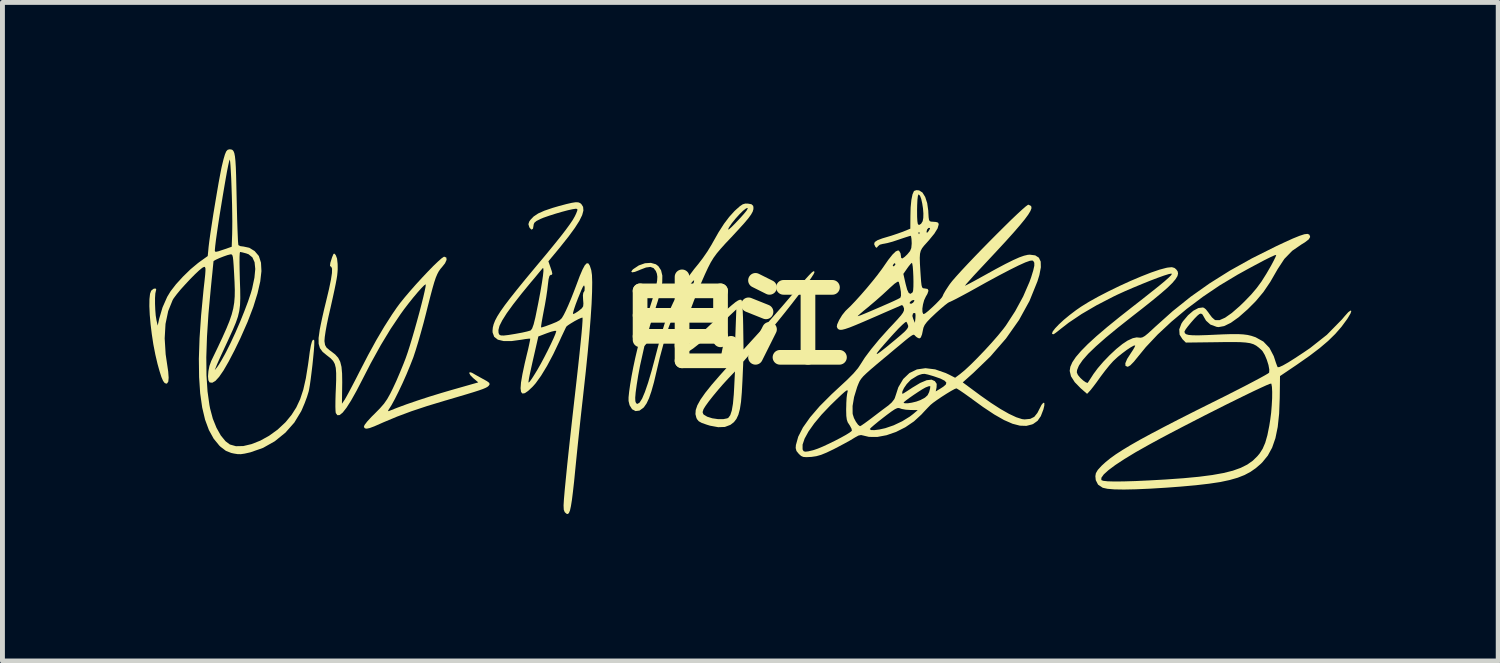
<source format=kicad_pcb>
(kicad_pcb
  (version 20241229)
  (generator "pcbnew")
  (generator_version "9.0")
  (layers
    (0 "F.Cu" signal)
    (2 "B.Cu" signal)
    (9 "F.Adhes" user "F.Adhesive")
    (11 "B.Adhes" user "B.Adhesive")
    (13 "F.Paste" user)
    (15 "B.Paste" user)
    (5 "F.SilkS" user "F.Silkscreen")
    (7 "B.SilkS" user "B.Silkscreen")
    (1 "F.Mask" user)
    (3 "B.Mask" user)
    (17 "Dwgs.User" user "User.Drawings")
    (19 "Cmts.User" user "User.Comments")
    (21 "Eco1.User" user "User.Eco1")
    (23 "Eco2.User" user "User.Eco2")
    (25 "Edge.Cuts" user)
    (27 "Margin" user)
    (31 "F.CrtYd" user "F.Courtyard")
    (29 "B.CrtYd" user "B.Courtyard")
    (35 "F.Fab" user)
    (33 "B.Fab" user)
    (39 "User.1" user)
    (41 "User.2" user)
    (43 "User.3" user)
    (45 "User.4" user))
  (footprint "电江"
    (layer "F.Cu")
    (at 12.093 3.64)
    (property "Reference" "电江" (at 0 0 0) (layer "F.SilkS") (effects (font (size 1.5 1.5) (thickness 0.3))))
    (attr board_only exclude_from_pos_files exclude_from_bom)
    (fp_poly (pts (xy -8.285 -1.477) (xy -8.26 -1.41) (xy -8.248 -1.3) (xy -8.247 -1.243) (xy -8.247 -1.185) (xy -8.251 -1.129) (xy -8.257 -1.066) (xy -8.269 -0.991) (xy -8.287 -0.895) (xy -8.312 -0.773) (xy -8.346 -0.616) (xy -8.39 -0.419) (xy -8.438 -0.21) (xy -8.469 -0.061) (xy -8.494 0.077) (xy -8.511 0.193) (xy -8.517 0.272) (xy -8.516 0.285) (xy -8.505 0.355) (xy -8.476 0.407) (xy -8.415 0.46) (xy -8.384 0.482) (xy -8.299 0.548) (xy -8.237 0.616) (xy -8.195 0.698) (xy -8.169 0.802) (xy -8.157 0.938) (xy -8.154 1.117) (xy -8.155 1.171) (xy -8.16 1.555) (xy -8.105 1.474) (xy -8.076 1.424) (xy -8.027 1.335) (xy -7.963 1.214) (xy -7.888 1.071) (xy -7.809 0.916) (xy -7.803 0.904) (xy -7.625 0.56) (xy -7.459 0.257) (xy -7.298 -0.016) (xy -7.137 -0.268) (xy -7.041 -0.408) (xy -6.969 -0.505) (xy -6.875 -0.621) (xy -6.765 -0.75) (xy -6.647 -0.884) (xy -6.524 -1.018) (xy -6.405 -1.144) (xy -6.295 -1.257) (xy -6.199 -1.349) (xy -6.126 -1.414) (xy -6.079 -1.446) (xy -6.071 -1.448) (xy -6.028 -1.43) (xy -6.023 -1.383) (xy -6.055 -1.313) (xy -6.107 -1.247) (xy -6.147 -1.2) (xy -6.181 -1.152) (xy -6.212 -1.094) (xy -6.243 -1.021) (xy -6.275 -0.926) (xy -6.311 -0.801) (xy -6.354 -0.64) (xy -6.406 -0.437) (xy -6.441 -0.297) (xy -6.492 -0.099) (xy -6.548 0.103) (xy -6.603 0.296) (xy -6.655 0.465) (xy -6.698 0.596) (xy -6.704 0.613) (xy -6.768 0.776) (xy -6.842 0.955) (xy -6.923 1.137) (xy -7.005 1.31) (xy -7.081 1.462) (xy -7.146 1.581) (xy -7.174 1.626) (xy -7.212 1.684) (xy -7.219 1.707) (xy -7.197 1.703) (xy -7.183 1.697) (xy -7.032 1.637) (xy -6.84 1.566) (xy -6.619 1.49) (xy -6.38 1.412) (xy -6.135 1.337) (xy -5.924 1.275) (xy -5.376 1.119) (xy -5.48 1.031) (xy -5.537 0.973) (xy -5.56 0.93) (xy -5.55 0.91) (xy -5.506 0.922) (xy -5.481 0.936) (xy -5.421 0.971) (xy -5.338 1.017) (xy -5.296 1.04) (xy -5.204 1.091) (xy -5.155 1.126) (xy -5.143 1.155) (xy -5.16 1.184) (xy -5.169 1.194) (xy -5.191 1.212) (xy -5.227 1.231) (xy -5.281 1.254) (xy -5.36 1.282) (xy -5.469 1.317) (xy -5.613 1.361) (xy -5.799 1.416) (xy -6.032 1.485) (xy -6.054 1.491) (xy -6.418 1.601) (xy -6.74 1.708) (xy -7.032 1.817) (xy -7.305 1.931) (xy -7.364 1.957) (xy -7.498 2.016) (xy -7.592 2.051) (xy -7.653 2.064) (xy -7.69 2.058) (xy -7.71 2.033) (xy -7.712 2.028) (xy -7.699 1.99) (xy -7.646 1.92) (xy -7.556 1.822) (xy -7.493 1.76) (xy -7.383 1.648) (xy -7.301 1.554) (xy -7.235 1.459) (xy -7.172 1.346) (xy -7.12 1.241) (xy -7.05 1.091) (xy -6.974 0.913) (xy -6.901 0.735) (xy -6.857 0.621) (xy -6.819 0.512) (xy -6.775 0.375) (xy -6.727 0.216) (xy -6.677 0.045) (xy -6.627 -0.133) (xy -6.579 -0.308) (xy -6.536 -0.474) (xy -6.499 -0.621) (xy -6.471 -0.743) (xy -6.453 -0.831) (xy -6.448 -0.877) (xy -6.451 -0.883) (xy -6.482 -0.862) (xy -6.539 -0.804) (xy -6.616 -0.718) (xy -6.705 -0.612) (xy -6.8 -0.493) (xy -6.895 -0.369) (xy -6.964 -0.273) (xy -7.166 0.027) (xy -7.366 0.357) (xy -7.571 0.727) (xy -7.733 1.042) (xy -7.862 1.291) (xy -7.973 1.489) (xy -8.067 1.637) (xy -8.144 1.735) (xy -8.206 1.786) (xy -8.253 1.789) (xy -8.286 1.745) (xy -8.286 1.744) (xy -8.291 1.701) (xy -8.294 1.614) (xy -8.293 1.492) (xy -8.289 1.348) (xy -8.285 1.263) (xy -8.278 1.073) (xy -8.278 0.93) (xy -8.286 0.823) (xy -8.306 0.743) (xy -8.34 0.681) (xy -8.391 0.627) (xy -8.46 0.573) (xy -8.468 0.567) (xy -8.555 0.495) (xy -8.61 0.42) (xy -8.636 0.33) (xy -8.637 0.212) (xy -8.615 0.056) (xy -8.615 0.052) (xy -8.592 -0.065) (xy -8.56 -0.215) (xy -8.522 -0.381) (xy -8.482 -0.544) (xy -8.48 -0.553) (xy -8.424 -0.788) (xy -8.385 -0.976) (xy -8.364 -1.114) (xy -8.362 -1.202) (xy -8.377 -1.24) (xy -8.383 -1.241) (xy -8.404 -1.261) (xy -8.397 -1.322) (xy -8.364 -1.428) (xy -8.354 -1.454) (xy -8.332 -1.505) (xy -8.312 -1.51)) (stroke (width 0) (type solid)) (fill yes) (layer "F.SilkS"))
    (fp_poly (pts (xy -3.334 -2.558) (xy -3.296 -2.543) (xy -3.27 -2.521) (xy -3.235 -2.465) (xy -3.229 -2.391) (xy -3.254 -2.297) (xy -3.312 -2.179) (xy -3.404 -2.035) (xy -3.532 -1.86) (xy -3.698 -1.651) (xy -3.756 -1.58) (xy -3.944 -1.354) (xy -3.903 -1.235) (xy -3.874 -1.148) (xy -3.864 -1.1) (xy -3.873 -1.079) (xy -3.898 -1.076) (xy -3.922 -1.055) (xy -3.94 -0.989) (xy -3.954 -0.876) (xy -3.967 -0.765) (xy -3.988 -0.621) (xy -4.015 -0.464) (xy -4.038 -0.345) (xy -4.062 -0.217) (xy -4.081 -0.11) (xy -4.092 -0.036) (xy -4.094 -0.004) (xy -4.093 -0.003) (xy -4.065 -0.008) (xy -3.999 -0.029) (xy -3.907 -0.063) (xy -3.883 -0.072) (xy -3.781 -0.114) (xy -3.716 -0.149) (xy -3.67 -0.193) (xy -3.63 -0.26) (xy -3.622 -0.276) (xy -3.441 -0.276) (xy -3.44 -0.276) (xy -3.402 -0.291) (xy -3.341 -0.33) (xy -3.316 -0.349) (xy -3.26 -0.395) (xy -3.234 -0.435) (xy -3.229 -0.492) (xy -3.235 -0.568) (xy -3.239 -0.658) (xy -3.231 -0.713) (xy -3.222 -0.723) (xy -3.206 -0.754) (xy -3.203 -0.816) (xy -3.204 -0.823) (xy -3.21 -0.855) (xy -3.221 -0.859) (xy -3.241 -0.829) (xy -3.273 -0.761) (xy -3.319 -0.648) (xy -3.341 -0.595) (xy -3.387 -0.474) (xy -3.421 -0.374) (xy -3.44 -0.305) (xy -3.441 -0.276) (xy -3.622 -0.276) (xy -3.589 -0.342) (xy -3.542 -0.445) (xy -3.484 -0.582) (xy -3.424 -0.734) (xy -3.375 -0.863) (xy -3.305 -1.05) (xy -3.247 -1.186) (xy -3.2 -1.273) (xy -3.16 -1.314) (xy -3.127 -1.31) (xy -3.098 -1.264) (xy -3.07 -1.178) (xy -3.068 -1.17) (xy -3.054 -1.073) (xy -3.049 -0.925) (xy -3.052 -0.727) (xy -3.062 -0.483) (xy -3.081 -0.196) (xy -3.107 0.133) (xy -3.14 0.499) (xy -3.181 0.902) (xy -3.229 1.337) (xy -3.241 1.448) (xy -3.262 1.633) (xy -3.287 1.859) (xy -3.314 2.112) (xy -3.342 2.377) (xy -3.369 2.64) (xy -3.393 2.88) (xy -3.419 3.144) (xy -3.443 3.357) (xy -3.464 3.524) (xy -3.484 3.648) (xy -3.503 3.734) (xy -3.524 3.785) (xy -3.546 3.807) (xy -3.572 3.803) (xy -3.601 3.778) (xy -3.612 3.766) (xy -3.63 3.718) (xy -3.634 3.631) (xy -3.627 3.51) (xy -3.61 3.313) (xy -3.586 3.069) (xy -3.558 2.788) (xy -3.525 2.478) (xy -3.489 2.148) (xy -3.451 1.806) (xy -3.412 1.461) (xy -3.404 1.393) (xy -3.369 1.083) (xy -3.337 0.796) (xy -3.309 0.537) (xy -3.286 0.311) (xy -3.267 0.12) (xy -3.254 -0.031) (xy -3.247 -0.137) (xy -3.246 -0.195) (xy -3.247 -0.204) (xy -3.275 -0.198) (xy -3.335 -0.171) (xy -3.41 -0.131) (xy -3.485 -0.086) (xy -3.546 -0.046) (xy -3.578 -0.019) (xy -3.597 0.019) (xy -3.633 0.095) (xy -3.681 0.196) (xy -3.717 0.276) (xy -3.845 0.545) (xy -3.971 0.782) (xy -4.092 0.981) (xy -4.203 1.136) (xy -4.265 1.206) (xy -4.355 1.291) (xy -4.424 1.339) (xy -4.473 1.347) (xy -4.502 1.315) (xy -4.512 1.239) (xy -4.503 1.118) (xy -4.501 1.109) (xy -4.351 1.109) (xy -4.346 1.124) (xy -4.321 1.097) (xy -4.315 1.089) (xy -4.279 1.039) (xy -4.227 0.957) (xy -4.169 0.862) (xy -4.165 0.855) (xy -4.097 0.735) (xy -4.026 0.602) (xy -3.957 0.467) (xy -3.894 0.338) (xy -3.841 0.224) (xy -3.803 0.135) (xy -3.785 0.08) (xy -3.785 0.067) (xy -3.818 0.067) (xy -3.887 0.084) (xy -3.976 0.115) (xy -4.149 0.181) (xy -4.237 0.566) (xy -4.271 0.714) (xy -4.301 0.85) (xy -4.325 0.961) (xy -4.34 1.036) (xy -4.342 1.048) (xy -4.351 1.109) (xy -4.501 1.109) (xy -4.474 0.95) (xy -4.428 0.734) (xy -4.388 0.565) (xy -4.357 0.439) (xy -4.334 0.333) (xy -4.319 0.258) (xy -4.315 0.226) (xy -4.316 0.226) (xy -4.345 0.226) (xy -4.413 0.234) (xy -4.484 0.246) (xy -4.694 0.275) (xy -4.858 0.275) (xy -4.976 0.247) (xy -5.051 0.188) (xy -5.083 0.101) (xy -5.085 0.064) (xy -5.084 0.056) (xy -4.964 0.056) (xy -4.962 0.108) (xy -4.948 0.142) (xy -4.916 0.16) (xy -4.855 0.162) (xy -4.759 0.151) (xy -4.619 0.128) (xy -4.592 0.123) (xy -4.478 0.102) (xy -4.381 0.08) (xy -4.318 0.062) (xy -4.305 0.057) (xy -4.276 0.019) (xy -4.245 -0.067) (xy -4.211 -0.204) (xy -4.198 -0.267) (xy -4.148 -0.515) (xy -4.107 -0.732) (xy -4.076 -0.914) (xy -4.055 -1.056) (xy -4.045 -1.156) (xy -4.047 -1.21) (xy -4.06 -1.215) (xy -4.062 -1.211) (xy -4.082 -1.187) (xy -4.131 -1.129) (xy -4.2 -1.045) (xy -4.284 -0.945) (xy -4.291 -0.938) (xy -4.497 -0.687) (xy -4.664 -0.473) (xy -4.794 -0.294) (xy -4.886 -0.148) (xy -4.943 -0.035) (xy -4.964 0.048) (xy -4.964 0.056) (xy -5.084 0.056) (xy -5.079 -0.001) (xy -5.062 -0.069) (xy -5.032 -0.145) (xy -4.986 -0.232) (xy -4.921 -0.334) (xy -4.834 -0.457) (xy -4.722 -0.604) (xy -4.583 -0.779) (xy -4.414 -0.987) (xy -4.211 -1.231) (xy -4.182 -1.266) (xy -3.987 -1.499) (xy -3.826 -1.696) (xy -3.694 -1.86) (xy -3.59 -1.995) (xy -3.509 -2.106) (xy -3.448 -2.196) (xy -3.405 -2.271) (xy -3.378 -2.327) (xy -3.353 -2.391) (xy -3.353 -2.42) (xy -3.377 -2.427) (xy -3.385 -2.427) (xy -3.448 -2.418) (xy -3.548 -2.396) (xy -3.672 -2.363) (xy -3.805 -2.324) (xy -3.933 -2.283) (xy -4.042 -2.245) (xy -4.102 -2.22) (xy -4.188 -2.177) (xy -4.232 -2.139) (xy -4.247 -2.097) (xy -4.247 -2.085) (xy -4.259 -2.02) (xy -4.287 -2) (xy -4.323 -2.032) (xy -4.335 -2.054) (xy -4.352 -2.112) (xy -4.336 -2.164) (xy -4.311 -2.2) (xy -4.245 -2.269) (xy -4.152 -2.331) (xy -4.024 -2.388) (xy -3.853 -2.446) (xy -3.736 -2.48) (xy -3.579 -2.522) (xy -3.466 -2.548) (xy -3.388 -2.56)) (stroke (width 0) (type solid)) (fill yes) (layer "F.SilkS"))
    (fp_poly (pts (xy 0.132 -2.532) (xy 0.203 -2.519) (xy 0.236 -2.489) (xy 0.243 -2.463) (xy 0.243 -2.419) (xy 0.229 -2.37) (xy 0.196 -2.31) (xy 0.14 -2.233) (xy 0.057 -2.134) (xy -0.057 -2.008) (xy -0.205 -1.848) (xy -0.331 -1.715) (xy -0.429 -1.606) (xy -0.507 -1.513) (xy -0.571 -1.425) (xy -0.628 -1.332) (xy -0.684 -1.223) (xy -0.747 -1.088) (xy -0.822 -0.917) (xy -0.857 -0.836) (xy -0.913 -0.7) (xy -0.974 -0.544) (xy -1.037 -0.377) (xy -1.098 -0.206) (xy -1.155 -0.04) (xy -1.205 0.114) (xy -1.245 0.246) (xy -1.274 0.349) (xy -1.287 0.414) (xy -1.285 0.434) (xy -1.246 0.435) (xy -1.17 0.395) (xy -1.06 0.314) (xy -0.915 0.194) (xy -0.736 0.034) (xy -0.611 -0.083) (xy -0.442 -0.241) (xy -0.308 -0.363) (xy -0.204 -0.454) (xy -0.127 -0.517) (xy -0.071 -0.554) (xy -0.032 -0.569) (xy -0.007 -0.567) (xy 0.002 -0.56) (xy 0.01 -0.526) (xy 0.018 -0.446) (xy 0.025 -0.33) (xy 0.031 -0.186) (xy 0.034 -0.045) (xy 0.041 0.447) (xy 0.38 0.075) (xy 0.515 -0.075) (xy 0.671 -0.252) (xy 0.833 -0.437) (xy 0.986 -0.616) (xy 1.076 -0.721) (xy 1.209 -0.877) (xy 1.31 -0.994) (xy 1.385 -1.076) (xy 1.436 -1.127) (xy 1.468 -1.15) (xy 1.484 -1.15) (xy 1.489 -1.13) (xy 1.489 -1.128) (xy 1.472 -1.091) (xy 1.425 -1.018) (xy 1.352 -0.915) (xy 1.257 -0.787) (xy 1.146 -0.64) (xy 1.023 -0.481) (xy 0.893 -0.316) (xy 0.759 -0.15) (xy 0.628 0.01) (xy 0.504 0.159) (xy 0.407 0.272) (xy 0.036 0.695) (xy 0.019 1.085) (xy 0.006 1.324) (xy -0.01 1.515) (xy -0.033 1.664) (xy -0.064 1.779) (xy -0.104 1.865) (xy -0.155 1.931) (xy -0.221 1.982) (xy -0.229 1.987) (xy -0.34 2.029) (xy -0.476 2.034) (xy -0.644 2.003) (xy -0.712 1.982) (xy -0.812 1.947) (xy -0.873 1.913) (xy -0.909 1.87) (xy -0.922 1.842) (xy -0.941 1.767) (xy -0.938 1.726) (xy -0.795 1.726) (xy -0.781 1.766) (xy -0.77 1.778) (xy -0.7 1.82) (xy -0.598 1.852) (xy -0.483 1.869) (xy -0.374 1.87) (xy -0.29 1.853) (xy -0.268 1.841) (xy -0.23 1.789) (xy -0.199 1.695) (xy -0.175 1.555) (xy -0.158 1.367) (xy -0.15 1.227) (xy -0.134 0.896) (xy -0.272 1.041) (xy -0.374 1.152) (xy -0.479 1.273) (xy -0.58 1.395) (xy -0.669 1.508) (xy -0.736 1.601) (xy -0.775 1.664) (xy -0.776 1.666) (xy -0.795 1.726) (xy -0.938 1.726) (xy -0.935 1.683) (xy -0.902 1.586) (xy -0.838 1.471) (xy -0.742 1.334) (xy -0.611 1.17) (xy -0.441 0.974) (xy -0.407 0.936) (xy -0.145 0.644) (xy -0.125 0.136) (xy -0.106 -0.372) (xy -0.239 -0.247) (xy -0.309 -0.181) (xy -0.407 -0.088) (xy -0.522 0.02) (xy -0.641 0.132) (xy -0.669 0.158) (xy -0.839 0.31) (xy -0.989 0.428) (xy -1.116 0.511) (xy -1.217 0.557) (xy -1.288 0.563) (xy -1.309 0.553) (xy -1.351 0.483) (xy -1.366 0.37) (xy -1.355 0.218) (xy -1.32 0.031) (xy -1.26 -0.186) (xy -1.177 -0.431) (xy -1.071 -0.697) (xy -1.01 -0.838) (xy -0.975 -0.923) (xy -0.967 -0.963) (xy -0.984 -0.959) (xy -1.025 -0.911) (xy -1.087 -0.822) (xy -1.144 -0.734) (xy -1.27 -0.513) (xy -1.383 -0.276) (xy -1.485 -0.013) (xy -1.58 0.283) (xy -1.671 0.62) (xy -1.733 0.883) (xy -1.788 1.116) (xy -1.84 1.301) (xy -1.889 1.443) (xy -1.939 1.549) (xy -1.992 1.625) (xy -2 1.634) (xy -2.083 1.695) (xy -2.164 1.705) (xy -2.235 1.667) (xy -2.286 1.585) (xy -2.307 1.498) (xy -2.307 1.425) (xy -2.295 1.31) (xy -2.274 1.161) (xy -2.245 0.99) (xy -2.21 0.807) (xy -2.171 0.623) (xy -2.13 0.448) (xy -2.107 0.359) (xy -2.073 0.239) (xy -2.027 0.084) (xy -1.974 -0.091) (xy -1.918 -0.269) (xy -1.889 -0.359) (xy -1.822 -0.569) (xy -1.773 -0.736) (xy -1.74 -0.865) (xy -1.723 -0.964) (xy -1.719 -1.039) (xy -1.728 -1.1) (xy -1.748 -1.152) (xy -1.749 -1.155) (xy -1.796 -1.215) (xy -1.861 -1.239) (xy -1.951 -1.227) (xy -2.074 -1.18) (xy -2.088 -1.173) (xy -2.177 -1.138) (xy -2.233 -1.128) (xy -2.252 -1.142) (xy -2.227 -1.179) (xy -2.213 -1.193) (xy -2.097 -1.27) (xy -1.972 -1.314) (xy -1.852 -1.322) (xy -1.749 -1.293) (xy -1.698 -1.254) (xy -1.643 -1.17) (xy -1.617 -1.062) (xy -1.619 -0.924) (xy -1.65 -0.752) (xy -1.71 -0.541) (xy -1.738 -0.455) (xy -1.869 -0.041) (xy -1.983 0.377) (xy -2.073 0.78) (xy -2.109 0.972) (xy -2.141 1.172) (xy -2.162 1.324) (xy -2.171 1.433) (xy -2.168 1.504) (xy -2.153 1.544) (xy -2.127 1.558) (xy -2.124 1.558) (xy -2.081 1.531) (xy -2.03 1.45) (xy -1.973 1.315) (xy -1.908 1.126) (xy -1.836 0.882) (xy -1.777 0.662) (xy -1.714 0.421) (xy -1.661 0.225) (xy -1.616 0.065) (xy -1.575 -0.068) (xy -1.535 -0.183) (xy -1.494 -0.288) (xy -1.45 -0.393) (xy -1.398 -0.505) (xy -1.394 -0.514) (xy -1.272 -0.75) (xy -1.135 -0.97) (xy -0.969 -1.193) (xy -0.882 -1.299) (xy -0.791 -1.418) (xy -0.693 -1.56) (xy -0.608 -1.7) (xy -0.59 -1.733) (xy -0.468 -1.948) (xy -0.434 -2.001) (xy -0.273 -2.001) (xy -0.252 -2.01) (xy -0.2 -2.057) (xy -0.114 -2.144) (xy -0.111 -2.148) (xy -0.025 -2.239) (xy 0.048 -2.321) (xy 0.098 -2.382) (xy 0.113 -2.405) (xy 0.129 -2.442) (xy 0.109 -2.44) (xy 0.088 -2.43) (xy 0.032 -2.387) (xy -0.043 -2.313) (xy -0.124 -2.223) (xy -0.198 -2.131) (xy -0.252 -2.053) (xy -0.265 -2.029) (xy -0.273 -2.001) (xy -0.434 -2.001) (xy -0.357 -2.121) (xy -0.251 -2.261) (xy -0.143 -2.38) (xy -0.113 -2.408) (xy -0.033 -2.479) (xy 0.025 -2.518) (xy 0.078 -2.533)) (stroke (width 0) (type solid)) (fill yes) (layer "F.SilkS"))
    (fp_poly (pts (xy -10.422 -3.638) (xy -10.396 -3.628) (xy -10.375 -3.604) (xy -10.358 -3.563) (xy -10.345 -3.497) (xy -10.335 -3.402) (xy -10.327 -3.273) (xy -10.321 -3.105) (xy -10.316 -2.892) (xy -10.31 -2.631) (xy -10.305 -2.411) (xy -10.3 -2.208) (xy -10.294 -2.029) (xy -10.288 -1.88) (xy -10.283 -1.769) (xy -10.277 -1.701) (xy -10.274 -1.684) (xy -10.236 -1.664) (xy -10.17 -1.655) (xy -10.168 -1.655) (xy -10.052 -1.63) (xy -9.943 -1.563) (xy -9.861 -1.467) (xy -9.855 -1.456) (xy -9.813 -1.325) (xy -9.804 -1.153) (xy -9.828 -0.943) (xy -9.884 -0.699) (xy -9.97 -0.422) (xy -10.087 -0.116) (xy -10.234 0.217) (xy -10.354 0.465) (xy -10.474 0.695) (xy -10.578 0.875) (xy -10.668 1.006) (xy -10.744 1.089) (xy -10.808 1.126) (xy -10.862 1.12) (xy -10.863 1.119) (xy -10.888 1.075) (xy -10.895 0.994) (xy -10.887 0.892) (xy -10.883 0.869) (xy -10.758 0.869) (xy -10.703 0.8) (xy -10.666 0.745) (xy -10.613 0.656) (xy -10.553 0.549) (xy -10.525 0.496) (xy -10.432 0.31) (xy -10.335 0.101) (xy -10.24 -0.118) (xy -10.153 -0.334) (xy -10.077 -0.535) (xy -10.019 -0.708) (xy -9.994 -0.796) (xy -9.947 -1.019) (xy -9.93 -1.197) (xy -9.944 -1.335) (xy -9.989 -1.434) (xy -10.066 -1.497) (xy -10.115 -1.515) (xy -10.187 -1.534) (xy -10.236 -1.544) (xy -10.241 -1.544) (xy -10.247 -1.518) (xy -10.251 -1.445) (xy -10.252 -1.333) (xy -10.25 -1.191) (xy -10.246 -1.026) (xy -10.245 -0.984) (xy -10.238 -0.771) (xy -10.236 -0.601) (xy -10.241 -0.461) (xy -10.257 -0.338) (xy -10.285 -0.221) (xy -10.328 -0.098) (xy -10.388 0.045) (xy -10.468 0.22) (xy -10.5 0.29) (xy -10.566 0.432) (xy -10.627 0.564) (xy -10.677 0.674) (xy -10.711 0.752) (xy -10.719 0.772) (xy -10.758 0.869) (xy -10.883 0.869) (xy -10.866 0.784) (xy -10.831 0.685) (xy -10.827 0.676) (xy -10.703 0.419) (xy -10.602 0.204) (xy -10.521 0.023) (xy -10.458 -0.131) (xy -10.412 -0.266) (xy -10.38 -0.39) (xy -10.36 -0.51) (xy -10.35 -0.634) (xy -10.348 -0.77) (xy -10.353 -0.924) (xy -10.362 -1.103) (xy -10.371 -1.259) (xy -10.379 -1.368) (xy -10.387 -1.438) (xy -10.398 -1.477) (xy -10.413 -1.494) (xy -10.433 -1.496) (xy -10.439 -1.495) (xy -10.499 -1.48) (xy -10.579 -1.452) (xy -10.663 -1.419) (xy -10.735 -1.386) (xy -10.778 -1.361) (xy -10.783 -1.354) (xy -10.786 -1.322) (xy -10.794 -1.244) (xy -10.805 -1.128) (xy -10.82 -0.984) (xy -10.836 -0.819) (xy -10.838 -0.801) (xy -10.886 -0.281) (xy -10.916 0.187) (xy -10.93 0.606) (xy -10.926 0.978) (xy -10.905 1.302) (xy -10.866 1.582) (xy -10.852 1.654) (xy -10.797 1.86) (xy -10.722 2.046) (xy -10.634 2.203) (xy -10.537 2.321) (xy -10.449 2.387) (xy -10.325 2.422) (xy -10.174 2.419) (xy -10.005 2.379) (xy -9.826 2.308) (xy -9.646 2.208) (xy -9.473 2.083) (xy -9.316 1.936) (xy -9.305 1.924) (xy -9.188 1.781) (xy -9.092 1.63) (xy -9.013 1.461) (xy -8.949 1.266) (xy -8.897 1.035) (xy -8.853 0.762) (xy -8.839 0.662) (xy -8.816 0.487) (xy -8.794 0.363) (xy -8.773 0.285) (xy -8.753 0.249) (xy -8.73 0.251) (xy -8.728 0.254) (xy -8.724 0.287) (xy -8.726 0.364) (xy -8.734 0.476) (xy -8.747 0.611) (xy -8.762 0.759) (xy -8.78 0.91) (xy -8.798 1.053) (xy -8.816 1.179) (xy -8.833 1.276) (xy -8.841 1.31) (xy -8.873 1.414) (xy -8.921 1.543) (xy -8.976 1.673) (xy -8.992 1.708) (xy -9.132 1.939) (xy -9.314 2.145) (xy -9.531 2.321) (xy -9.772 2.457) (xy -10.029 2.547) (xy -10.041 2.55) (xy -10.149 2.574) (xy -10.225 2.585) (xy -10.29 2.584) (xy -10.366 2.572) (xy -10.421 2.56) (xy -10.53 2.517) (xy -10.64 2.433) (xy -10.664 2.41) (xy -10.78 2.268) (xy -10.877 2.092) (xy -10.955 1.881) (xy -11.014 1.632) (xy -11.055 1.343) (xy -11.077 1.012) (xy -11.082 0.638) (xy -11.068 0.218) (xy -11.036 -0.25) (xy -10.987 -0.768) (xy -10.967 -0.945) (xy -10.953 -1.077) (xy -10.947 -1.163) (xy -10.948 -1.213) (xy -10.958 -1.236) (xy -10.973 -1.241) (xy -11.012 -1.221) (xy -11.078 -1.167) (xy -11.162 -1.088) (xy -11.258 -0.991) (xy -11.357 -0.885) (xy -11.452 -0.78) (xy -11.533 -0.682) (xy -11.594 -0.601) (xy -11.617 -0.563) (xy -11.708 -0.338) (xy -11.763 -0.075) (xy -11.78 0.221) (xy -11.76 0.545) (xy -11.734 0.722) (xy -11.708 0.897) (xy -11.699 1.023) (xy -11.706 1.103) (xy -11.731 1.14) (xy -11.748 1.145) (xy -11.781 1.131) (xy -11.813 1.088) (xy -11.847 1.009) (xy -11.886 0.886) (xy -11.926 0.742) (xy -11.971 0.55) (xy -12.011 0.345) (xy -12.043 0.135) (xy -12.068 -0.07) (xy -12.085 -0.264) (xy -12.093 -0.438) (xy -12.091 -0.582) (xy -12.079 -0.69) (xy -12.056 -0.753) (xy -12.055 -0.754) (xy -12.01 -0.791) (xy -11.97 -0.8) (xy -11.952 -0.78) (xy -11.959 -0.752) (xy -11.971 -0.697) (xy -11.977 -0.603) (xy -11.977 -0.486) (xy -11.972 -0.362) (xy -11.963 -0.246) (xy -11.948 -0.153) (xy -11.948 -0.152) (xy -11.923 -0.041) (xy -11.892 -0.182) (xy -11.824 -0.412) (xy -11.729 -0.627) (xy -11.66 -0.741) (xy -11.548 -0.886) (xy -11.406 -1.041) (xy -11.252 -1.191) (xy -11.102 -1.316) (xy -11.07 -1.34) (xy -10.901 -1.461) (xy -10.89 -1.572) (xy -10.756 -1.572) (xy -10.751 -1.553) (xy -10.731 -1.548) (xy -10.684 -1.558) (xy -10.6 -1.586) (xy -10.563 -1.598) (xy -10.411 -1.651) (xy -10.402 -1.908) (xy -10.4 -2.025) (xy -10.399 -2.171) (xy -10.401 -2.337) (xy -10.404 -2.515) (xy -10.409 -2.697) (xy -10.415 -2.876) (xy -10.421 -3.042) (xy -10.429 -3.188) (xy -10.436 -3.307) (xy -10.443 -3.389) (xy -10.45 -3.428) (xy -10.453 -3.429) (xy -10.464 -3.395) (xy -10.482 -3.315) (xy -10.506 -3.195) (xy -10.533 -3.045) (xy -10.563 -2.871) (xy -10.595 -2.682) (xy -10.627 -2.486) (xy -10.659 -2.29) (xy -10.688 -2.102) (xy -10.713 -1.93) (xy -10.734 -1.781) (xy -10.748 -1.665) (xy -10.755 -1.588) (xy -10.756 -1.572) (xy -10.89 -1.572) (xy -10.883 -1.648) (xy -10.869 -1.763) (xy -10.847 -1.922) (xy -10.818 -2.111) (xy -10.786 -2.32) (xy -10.75 -2.537) (xy -10.714 -2.751) (xy -10.68 -2.949) (xy -10.648 -3.121) (xy -10.622 -3.255) (xy -10.613 -3.296) (xy -10.578 -3.44) (xy -10.549 -3.538) (xy -10.523 -3.599) (xy -10.495 -3.63) (xy -10.462 -3.64) (xy -10.455 -3.64)) (stroke (width 0) (type solid)) (fill yes) (layer "F.SilkS"))
    (fp_poly (pts (xy 11.595 -1.899) (xy 11.61 -1.864) (xy 11.611 -1.848) (xy 11.584 -1.802) (xy 11.505 -1.741) (xy 11.438 -1.7) (xy 11.246 -1.568) (xy 11.085 -1.402) (xy 10.948 -1.193) (xy 10.936 -1.172) (xy 10.797 -0.931) (xy 10.658 -0.726) (xy 10.505 -0.543) (xy 10.338 -0.375) (xy 10.153 -0.212) (xy 9.993 -0.098) (xy 9.856 -0.031) (xy 9.742 -0.01) (xy 9.703 -0.015) (xy 9.575 -0.062) (xy 9.486 -0.142) (xy 9.447 -0.209) (xy 9.413 -0.269) (xy 9.382 -0.287) (xy 9.349 -0.276) (xy 9.309 -0.243) (xy 9.25 -0.183) (xy 9.184 -0.108) (xy 9.12 -0.031) (xy 9.071 0.035) (xy 9.047 0.077) (xy 9.046 0.082) (xy 9.053 0.113) (xy 9.079 0.135) (xy 9.131 0.15) (xy 9.215 0.157) (xy 9.337 0.158) (xy 9.505 0.153) (xy 9.617 0.148) (xy 9.835 0.138) (xy 10.006 0.133) (xy 10.141 0.133) (xy 10.247 0.139) (xy 10.334 0.15) (xy 10.411 0.168) (xy 10.486 0.193) (xy 10.498 0.197) (xy 10.657 0.285) (xy 10.781 0.414) (xy 10.869 0.583) (xy 10.883 0.625) (xy 10.912 0.714) (xy 10.937 0.782) (xy 10.95 0.809) (xy 10.983 0.806) (xy 11.056 0.773) (xy 11.165 0.711) (xy 11.306 0.622) (xy 11.476 0.51) (xy 11.611 0.418) (xy 11.954 0.147) (xy 12.261 -0.166) (xy 12.318 -0.234) (xy 12.391 -0.315) (xy 12.437 -0.348) (xy 12.453 -0.339) (xy 12.437 -0.289) (xy 12.386 -0.202) (xy 12.367 -0.172) (xy 12.253 -0.017) (xy 12.126 0.129) (xy 11.979 0.273) (xy 11.806 0.42) (xy 11.598 0.578) (xy 11.348 0.753) (xy 11.316 0.775) (xy 10.997 0.99) (xy 10.991 1.44) (xy 10.979 1.758) (xy 10.95 2.03) (xy 10.903 2.259) (xy 10.836 2.452) (xy 10.747 2.615) (xy 10.635 2.752) (xy 10.605 2.782) (xy 10.503 2.87) (xy 10.394 2.946) (xy 10.272 3.011) (xy 10.132 3.066) (xy 9.968 3.113) (xy 9.776 3.154) (xy 9.548 3.188) (xy 9.281 3.219) (xy 8.969 3.247) (xy 8.69 3.268) (xy 8.35 3.289) (xy 8.057 3.302) (xy 7.812 3.307) (xy 7.616 3.304) (xy 7.472 3.292) (xy 7.381 3.272) (xy 7.373 3.269) (xy 7.281 3.207) (xy 7.234 3.115) (xy 7.234 3.114) (xy 7.348 3.114) (xy 7.386 3.129) (xy 7.477 3.139) (xy 7.619 3.143) (xy 7.808 3.141) (xy 8.044 3.134) (xy 8.323 3.121) (xy 8.644 3.103) (xy 8.66 3.102) (xy 9.026 3.076) (xy 9.342 3.046) (xy 9.612 3.011) (xy 9.841 2.97) (xy 10.034 2.922) (xy 10.195 2.864) (xy 10.329 2.797) (xy 10.441 2.718) (xy 10.535 2.626) (xy 10.58 2.572) (xy 10.643 2.473) (xy 10.695 2.352) (xy 10.739 2.198) (xy 10.778 2.003) (xy 10.797 1.883) (xy 10.816 1.739) (xy 10.828 1.588) (xy 10.836 1.442) (xy 10.837 1.313) (xy 10.832 1.212) (xy 10.821 1.151) (xy 10.817 1.143) (xy 10.789 1.149) (xy 10.718 1.178) (xy 10.608 1.228) (xy 10.465 1.295) (xy 10.295 1.377) (xy 10.102 1.472) (xy 9.891 1.576) (xy 9.669 1.688) (xy 9.439 1.804) (xy 9.208 1.923) (xy 8.981 2.04) (xy 8.763 2.154) (xy 8.559 2.262) (xy 8.375 2.362) (xy 8.317 2.394) (xy 8.049 2.545) (xy 7.822 2.683) (xy 7.636 2.805) (xy 7.494 2.911) (xy 7.398 2.998) (xy 7.349 3.067) (xy 7.348 3.114) (xy 7.234 3.114) (xy 7.226 3.034) (xy 7.237 2.972) (xy 7.276 2.906) (xy 7.352 2.823) (xy 7.357 2.818) (xy 7.436 2.746) (xy 7.531 2.669) (xy 7.645 2.587) (xy 7.783 2.498) (xy 7.947 2.399) (xy 8.14 2.289) (xy 8.367 2.166) (xy 8.631 2.027) (xy 8.935 1.87) (xy 9.283 1.694) (xy 9.62 1.526) (xy 9.853 1.41) (xy 10.07 1.3) (xy 10.268 1.199) (xy 10.44 1.109) (xy 10.581 1.034) (xy 10.688 0.975) (xy 10.754 0.936) (xy 10.775 0.919) (xy 10.778 0.857) (xy 10.761 0.764) (xy 10.728 0.659) (xy 10.686 0.559) (xy 10.641 0.483) (xy 10.622 0.461) (xy 10.564 0.409) (xy 10.511 0.369) (xy 10.454 0.339) (xy 10.385 0.318) (xy 10.297 0.305) (xy 10.182 0.297) (xy 10.032 0.295) (xy 9.839 0.296) (xy 9.715 0.298) (xy 9.074 0.306) (xy 9.005 0.237) (xy 8.946 0.144) (xy 8.939 0.036) (xy 8.984 -0.082) (xy 9.014 -0.128) (xy 9.119 -0.252) (xy 9.226 -0.344) (xy 9.329 -0.399) (xy 9.418 -0.411) (xy 9.444 -0.404) (xy 9.483 -0.373) (xy 9.532 -0.311) (xy 9.554 -0.279) (xy 9.607 -0.209) (xy 9.661 -0.161) (xy 9.68 -0.152) (xy 9.764 -0.153) (xy 9.875 -0.202) (xy 10.012 -0.298) (xy 10.176 -0.441) (xy 10.274 -0.536) (xy 10.412 -0.679) (xy 10.521 -0.808) (xy 10.618 -0.94) (xy 10.717 -1.097) (xy 10.745 -1.145) (xy 10.814 -1.264) (xy 10.868 -1.366) (xy 10.905 -1.441) (xy 10.919 -1.481) (xy 10.917 -1.484) (xy 10.883 -1.475) (xy 10.805 -1.44) (xy 10.686 -1.381) (xy 10.531 -1.299) (xy 10.343 -1.198) (xy 10.126 -1.078) (xy 10.108 -1.067) (xy 9.763 -0.86) (xy 9.421 -0.629) (xy 9.091 -0.381) (xy 8.781 -0.122) (xy 8.5 0.14) (xy 8.257 0.398) (xy 8.107 0.581) (xy 8.012 0.698) (xy 7.939 0.772) (xy 7.889 0.8) (xy 7.886 0.8) (xy 7.841 0.782) (xy 7.838 0.728) (xy 7.875 0.64) (xy 7.943 0.534) (xy 7.995 0.455) (xy 8.03 0.394) (xy 8.04 0.364) (xy 8.04 0.364) (xy 8.009 0.369) (xy 7.948 0.403) (xy 7.866 0.457) (xy 7.775 0.525) (xy 7.685 0.597) (xy 7.608 0.668) (xy 7.59 0.685) (xy 7.514 0.77) (xy 7.425 0.88) (xy 7.338 0.995) (xy 7.32 1.02) (xy 7.248 1.121) (xy 7.18 1.211) (xy 7.129 1.275) (xy 7.116 1.29) (xy 7.057 1.353) (xy 6.927 1.24) (xy 6.805 1.115) (xy 6.728 0.994) (xy 6.702 0.884) (xy 6.702 0.883) (xy 6.715 0.8) (xy 6.756 0.707) (xy 6.828 0.6) (xy 6.933 0.478) (xy 7.073 0.336) (xy 7.25 0.174) (xy 7.467 -0.011) (xy 7.726 -0.221) (xy 7.97 -0.413) (xy 8.197 -0.59) (xy 8.382 -0.737) (xy 8.529 -0.854) (xy 8.64 -0.946) (xy 8.718 -1.015) (xy 8.766 -1.062) (xy 8.786 -1.09) (xy 8.782 -1.102) (xy 8.776 -1.103) (xy 8.722 -1.092) (xy 8.626 -1.062) (xy 8.498 -1.016) (xy 8.346 -0.958) (xy 8.18 -0.891) (xy 8.007 -0.819) (xy 7.837 -0.746) (xy 7.679 -0.674) (xy 7.598 -0.635) (xy 7.253 -0.457) (xy 6.945 -0.277) (xy 6.68 -0.099) (xy 6.523 0.023) (xy 6.449 0.082) (xy 6.392 0.124) (xy 6.364 0.138) (xy 6.34 0.123) (xy 6.355 0.08) (xy 6.404 0.016) (xy 6.481 -0.065) (xy 6.581 -0.158) (xy 6.7 -0.256) (xy 6.83 -0.355) (xy 6.934 -0.427) (xy 7.094 -0.526) (xy 7.284 -0.632) (xy 7.495 -0.741) (xy 7.717 -0.849) (xy 7.942 -0.952) (xy 8.159 -1.044) (xy 8.36 -1.123) (xy 8.535 -1.183) (xy 8.674 -1.22) (xy 8.706 -1.226) (xy 8.788 -1.234) (xy 8.842 -1.218) (xy 8.876 -1.19) (xy 8.906 -1.15) (xy 8.915 -1.106) (xy 8.903 -1.053) (xy 8.864 -0.989) (xy 8.798 -0.911) (xy 8.701 -0.816) (xy 8.569 -0.701) (xy 8.401 -0.562) (xy 8.194 -0.397) (xy 7.985 -0.234) (xy 7.69 -0.001) (xy 7.441 0.204) (xy 7.238 0.383) (xy 7.079 0.536) (xy 6.966 0.665) (xy 6.895 0.768) (xy 6.883 0.792) (xy 6.853 0.866) (xy 6.847 0.913) (xy 6.864 0.956) (xy 6.878 0.978) (xy 6.921 1.029) (xy 6.977 1.08) (xy 7.03 1.117) (xy 7.066 1.13) (xy 7.07 1.128) (xy 7.088 1.101) (xy 7.128 1.04) (xy 7.181 0.958) (xy 7.185 0.951) (xy 7.274 0.831) (xy 7.389 0.697) (xy 7.519 0.562) (xy 7.653 0.437) (xy 7.779 0.335) (xy 7.883 0.266) (xy 7.989 0.217) (xy 8.069 0.2) (xy 8.113 0.204) (xy 8.152 0.207) (xy 8.19 0.198) (xy 8.237 0.171) (xy 8.301 0.119) (xy 8.392 0.036) (xy 8.449 -0.017) (xy 8.804 -0.335) (xy 9.171 -0.629) (xy 9.557 -0.902) (xy 9.971 -1.162) (xy 10.421 -1.413) (xy 10.915 -1.66) (xy 11.081 -1.738) (xy 11.259 -1.819) (xy 11.395 -1.874) (xy 11.493 -1.906) (xy 11.558 -1.914)) (stroke (width 0) (type solid)) (fill yes) (layer "F.SilkS"))
    (fp_poly (pts (xy 3.627 -2.802) (xy 3.695 -2.758) (xy 3.751 -2.668) (xy 3.792 -2.541) (xy 3.814 -2.385) (xy 3.815 -2.352) (xy 3.821 -2.253) (xy 3.83 -2.196) (xy 3.848 -2.171) (xy 3.879 -2.163) (xy 3.89 -2.163) (xy 3.972 -2.157) (xy 4.013 -2.144) (xy 4.026 -2.118) (xy 4.026 -2.103) (xy 4.004 -2.026) (xy 3.938 -1.919) (xy 3.826 -1.782) (xy 3.783 -1.734) (xy 3.727 -1.672) (xy 3.687 -1.62) (xy 3.66 -1.569) (xy 3.645 -1.507) (xy 3.64 -1.425) (xy 3.643 -1.313) (xy 3.652 -1.161) (xy 3.658 -1.069) (xy 3.667 -0.945) (xy 3.676 -0.867) (xy 3.688 -0.823) (xy 3.707 -0.804) (xy 3.734 -0.8) (xy 3.739 -0.8) (xy 3.8 -0.789) (xy 3.818 -0.753) (xy 3.795 -0.686) (xy 3.765 -0.636) (xy 3.73 -0.561) (xy 3.706 -0.473) (xy 3.693 -0.387) (xy 3.695 -0.317) (xy 3.712 -0.279) (xy 3.722 -0.276) (xy 3.756 -0.294) (xy 3.816 -0.342) (xy 3.89 -0.409) (xy 3.968 -0.483) (xy 4.038 -0.555) (xy 4.089 -0.613) (xy 4.109 -0.646) (xy 4.109 -0.647) (xy 4.124 -0.683) (xy 4.164 -0.753) (xy 4.222 -0.842) (xy 4.251 -0.885) (xy 4.302 -0.951) (xy 4.383 -1.044) (xy 4.489 -1.161) (xy 4.615 -1.296) (xy 4.756 -1.444) (xy 4.906 -1.599) (xy 5.061 -1.757) (xy 5.215 -1.912) (xy 5.364 -2.06) (xy 5.502 -2.196) (xy 5.625 -2.313) (xy 5.727 -2.407) (xy 5.804 -2.474) (xy 5.849 -2.507) (xy 5.858 -2.51) (xy 5.906 -2.488) (xy 5.92 -2.468) (xy 5.92 -2.432) (xy 5.899 -2.379) (xy 5.854 -2.305) (xy 5.783 -2.209) (xy 5.684 -2.088) (xy 5.554 -1.938) (xy 5.392 -1.758) (xy 5.194 -1.544) (xy 4.969 -1.303) (xy 4.848 -1.174) (xy 4.742 -1.06) (xy 4.657 -0.965) (xy 4.596 -0.897) (xy 4.566 -0.86) (xy 4.564 -0.855) (xy 4.593 -0.868) (xy 4.661 -0.903) (xy 4.76 -0.956) (xy 4.881 -1.023) (xy 4.959 -1.066) (xy 5.194 -1.196) (xy 5.388 -1.299) (xy 5.545 -1.377) (xy 5.67 -1.433) (xy 5.769 -1.468) (xy 5.846 -1.486) (xy 5.888 -1.489) (xy 5.998 -1.475) (xy 6.072 -1.428) (xy 6.11 -1.348) (xy 6.113 -1.231) (xy 6.083 -1.074) (xy 6.043 -0.944) (xy 5.881 -0.544) (xy 5.667 -0.155) (xy 5.401 0.223) (xy 5.081 0.591) (xy 4.734 0.926) (xy 4.518 1.119) (xy 4.886 1.391) (xy 5.094 1.537) (xy 5.288 1.662) (xy 5.462 1.761) (xy 5.611 1.831) (xy 5.729 1.869) (xy 5.781 1.875) (xy 5.896 1.864) (xy 5.978 1.823) (xy 6.042 1.743) (xy 6.081 1.667) (xy 6.127 1.577) (xy 6.163 1.535) (xy 6.184 1.539) (xy 6.184 1.591) (xy 6.165 1.671) (xy 6.112 1.809) (xy 6.046 1.904) (xy 5.959 1.966) (xy 5.935 1.977) (xy 5.818 2.007) (xy 5.686 2.003) (xy 5.535 1.964) (xy 5.361 1.888) (xy 5.161 1.774) (xy 4.931 1.621) (xy 4.793 1.521) (xy 4.667 1.429) (xy 4.555 1.349) (xy 4.466 1.288) (xy 4.407 1.251) (xy 4.387 1.241) (xy 4.349 1.256) (xy 4.278 1.295) (xy 4.187 1.35) (xy 4.087 1.414) (xy 3.991 1.479) (xy 3.912 1.536) (xy 3.861 1.578) (xy 3.804 1.636) (xy 3.73 1.714) (xy 3.675 1.774) (xy 3.522 1.915) (xy 3.346 2.035) (xy 3.155 2.131) (xy 2.961 2.198) (xy 2.774 2.233) (xy 2.604 2.232) (xy 2.494 2.206) (xy 2.442 2.194) (xy 2.39 2.204) (xy 2.318 2.243) (xy 2.292 2.259) (xy 2.214 2.306) (xy 2.103 2.367) (xy 1.975 2.435) (xy 1.881 2.484) (xy 1.737 2.553) (xy 1.624 2.599) (xy 1.528 2.626) (xy 1.433 2.64) (xy 1.421 2.641) (xy 1.323 2.646) (xy 1.261 2.641) (xy 1.216 2.621) (xy 1.171 2.58) (xy 1.122 2.52) (xy 1.106 2.459) (xy 1.111 2.396) (xy 1.113 2.39) (xy 1.247 2.39) (xy 1.247 2.484) (xy 1.251 2.496) (xy 1.268 2.524) (xy 1.301 2.534) (xy 1.36 2.528) (xy 1.458 2.505) (xy 1.479 2.499) (xy 1.557 2.472) (xy 1.661 2.429) (xy 1.781 2.373) (xy 1.906 2.312) (xy 2.027 2.249) (xy 2.132 2.191) (xy 2.209 2.143) (xy 2.25 2.111) (xy 2.253 2.106) (xy 2.248 2.073) (xy 2.62 2.073) (xy 2.645 2.092) (xy 2.713 2.094) (xy 2.815 2.081) (xy 2.936 2.054) (xy 3.106 1.996) (xy 3.281 1.913) (xy 3.437 1.817) (xy 3.506 1.764) (xy 3.599 1.685) (xy 3.456 1.683) (xy 3.358 1.677) (xy 3.274 1.662) (xy 3.245 1.652) (xy 3.214 1.642) (xy 3.179 1.645) (xy 3.132 1.667) (xy 3.065 1.711) (xy 2.969 1.782) (xy 2.899 1.836) (xy 2.794 1.918) (xy 2.707 1.99) (xy 2.646 2.043) (xy 2.62 2.071) (xy 2.62 2.073) (xy 2.248 2.073) (xy 2.246 2.064) (xy 2.213 2.002) (xy 2.202 1.985) (xy 2.169 1.935) (xy 2.15 1.879) (xy 2.14 1.803) (xy 2.137 1.691) (xy 2.137 1.659) (xy 2.139 1.601) (xy 2.268 1.601) (xy 2.269 1.754) (xy 2.273 1.775) (xy 2.296 1.847) (xy 2.336 1.923) (xy 2.38 1.984) (xy 2.418 2.013) (xy 2.422 2.013) (xy 2.451 1.997) (xy 2.512 1.955) (xy 2.597 1.893) (xy 2.661 1.845) (xy 2.771 1.761) (xy 2.879 1.679) (xy 2.969 1.612) (xy 2.999 1.59) (xy 3.064 1.532) (xy 3.309 1.532) (xy 3.333 1.546) (xy 3.394 1.546) (xy 3.478 1.533) (xy 3.569 1.511) (xy 3.651 1.481) (xy 3.658 1.478) (xy 3.747 1.43) (xy 3.8 1.381) (xy 3.832 1.316) (xy 3.833 1.311) (xy 3.851 1.243) (xy 3.855 1.2) (xy 3.853 1.196) (xy 3.822 1.198) (xy 3.762 1.221) (xy 3.746 1.229) (xy 3.685 1.264) (xy 3.604 1.316) (xy 3.514 1.376) (xy 3.428 1.436) (xy 3.358 1.488) (xy 3.316 1.523) (xy 3.309 1.532) (xy 3.064 1.532) (xy 3.069 1.527) (xy 3.119 1.463) (xy 3.132 1.434) (xy 3.162 1.343) (xy 3.28 1.343) (xy 3.292 1.351) (xy 3.318 1.337) (xy 3.378 1.299) (xy 3.461 1.245) (xy 3.486 1.228) (xy 3.649 1.13) (xy 3.78 1.075) (xy 3.88 1.063) (xy 3.948 1.093) (xy 3.986 1.149) (xy 3.983 1.222) (xy 3.966 1.303) (xy 4.053 1.251) (xy 4.121 1.207) (xy 4.169 1.166) (xy 4.172 1.162) (xy 4.183 1.124) (xy 4.148 1.085) (xy 4.064 1.042) (xy 3.929 0.995) (xy 3.906 0.988) (xy 3.806 0.959) (xy 3.74 0.945) (xy 3.689 0.948) (xy 3.633 0.965) (xy 3.59 0.983) (xy 3.457 1.065) (xy 3.373 1.154) (xy 3.318 1.234) (xy 3.286 1.301) (xy 3.28 1.343) (xy 3.162 1.343) (xy 3.202 1.219) (xy 3.302 1.05) (xy 3.429 0.928) (xy 3.582 0.854) (xy 3.757 0.829) (xy 3.954 0.853) (xy 4.17 0.928) (xy 4.246 0.964) (xy 4.362 1.024) (xy 4.463 0.949) (xy 4.561 0.868) (xy 4.683 0.754) (xy 4.821 0.616) (xy 4.966 0.465) (xy 5.108 0.31) (xy 5.238 0.161) (xy 5.347 0.027) (xy 5.398 -0.041) (xy 5.588 -0.334) (xy 5.752 -0.636) (xy 5.88 -0.931) (xy 5.914 -1.025) (xy 5.957 -1.165) (xy 5.979 -1.262) (xy 5.979 -1.324) (xy 5.958 -1.36) (xy 5.939 -1.37) (xy 5.891 -1.365) (xy 5.797 -1.332) (xy 5.66 -1.27) (xy 5.479 -1.18) (xy 5.257 -1.064) (xy 4.995 -0.922) (xy 4.796 -0.811) (xy 4.643 -0.726) (xy 4.504 -0.651) (xy 4.389 -0.59) (xy 4.303 -0.547) (xy 4.256 -0.525) (xy 4.25 -0.524) (xy 4.217 -0.506) (xy 4.154 -0.458) (xy 4.069 -0.386) (xy 3.972 -0.299) (xy 3.861 -0.194) (xy 3.786 -0.115) (xy 3.74 -0.053) (xy 3.716 -0.000098) (xy 3.71 0.025) (xy 3.686 0.139) (xy 3.661 0.203) (xy 3.629 0.222) (xy 3.584 0.201) (xy 3.554 0.176) (xy 3.54 0.161) (xy 3.529 0.15) (xy 3.516 0.145) (xy 3.496 0.151) (xy 3.464 0.17) (xy 3.415 0.206) (xy 3.345 0.262) (xy 3.248 0.343) (xy 3.119 0.45) (xy 2.954 0.589) (xy 2.904 0.63) (xy 2.751 0.758) (xy 2.634 0.858) (xy 2.548 0.935) (xy 2.486 0.995) (xy 2.443 1.046) (xy 2.412 1.093) (xy 2.389 1.144) (xy 2.365 1.204) (xy 2.361 1.215) (xy 2.299 1.418) (xy 2.268 1.601) (xy 2.139 1.601) (xy 2.14 1.54) (xy 2.146 1.433) (xy 2.156 1.356) (xy 2.159 1.343) (xy 2.17 1.29) (xy 2.158 1.28) (xy 2.136 1.29) (xy 2.1 1.318) (xy 2.034 1.377) (xy 1.947 1.46) (xy 1.846 1.558) (xy 1.815 1.588) (xy 1.634 1.778) (xy 1.484 1.958) (xy 1.368 2.122) (xy 1.288 2.268) (xy 1.247 2.39) (xy 1.113 2.39) (xy 1.158 2.228) (xy 1.254 2.04) (xy 1.401 1.832) (xy 1.596 1.605) (xy 1.84 1.361) (xy 1.982 1.229) (xy 2.156 1.068) (xy 2.287 0.936) (xy 2.378 0.829) (xy 2.422 0.763) (xy 2.518 0.613) (xy 2.573 0.539) (xy 2.758 0.539) (xy 2.781 0.533) (xy 2.843 0.489) (xy 2.946 0.408) (xy 3.089 0.29) (xy 3.139 0.249) (xy 3.256 0.15) (xy 3.336 0.078) (xy 3.382 0.026) (xy 3.403 -0.012) (xy 3.403 -0.04) (xy 3.38 -0.097) (xy 3.365 -0.119) (xy 3.341 -0.107) (xy 3.287 -0.06) (xy 3.21 0.015) (xy 3.118 0.113) (xy 3.058 0.179) (xy 2.926 0.328) (xy 2.831 0.437) (xy 2.775 0.507) (xy 2.758 0.539) (xy 2.573 0.539) (xy 2.651 0.436) (xy 2.816 0.236) (xy 3.008 0.022) (xy 3.082 -0.056) (xy 3.185 -0.167) (xy 3.247 -0.238) (xy 3.489 -0.238) (xy 3.507 -0.177) (xy 3.541 -0.097) (xy 3.551 -0.189) (xy 3.554 -0.256) (xy 3.547 -0.296) (xy 3.545 -0.297) (xy 3.515 -0.296) (xy 3.501 -0.285) (xy 3.489 -0.238) (xy 3.247 -0.238) (xy 3.255 -0.246) (xy 3.296 -0.303) (xy 3.316 -0.346) (xy 3.319 -0.383) (xy 3.317 -0.396) (xy 3.297 -0.446) (xy 3.271 -0.459) (xy 3.238 -0.444) (xy 3.162 -0.411) (xy 3.051 -0.363) (xy 2.913 -0.303) (xy 2.756 -0.234) (xy 2.698 -0.209) (xy 2.493 -0.12) (xy 2.332 -0.052) (xy 2.21 -0.003) (xy 2.119 0.028) (xy 2.055 0.044) (xy 2.011 0.046) (xy 1.982 0.036) (xy 1.962 0.018) (xy 1.946 -0.016) (xy 1.953 -0.064) (xy 1.987 -0.14) (xy 1.997 -0.16) (xy 2.042 -0.234) (xy 2.372 -0.234) (xy 2.387 -0.236) (xy 2.435 -0.253) (xy 2.52 -0.287) (xy 2.645 -0.34) (xy 2.813 -0.412) (xy 3.001 -0.494) (xy 3.435 -0.494) (xy 3.465 -0.486) (xy 3.503 -0.508) (xy 3.529 -0.545) (xy 3.53 -0.556) (xy 3.51 -0.564) (xy 3.474 -0.551) (xy 3.437 -0.518) (xy 3.435 -0.494) (xy 3.001 -0.494) (xy 3.008 -0.497) (xy 3.108 -0.542) (xy 3.19 -0.581) (xy 3.239 -0.607) (xy 3.244 -0.611) (xy 3.257 -0.651) (xy 3.255 -0.728) (xy 3.239 -0.827) (xy 3.212 -0.931) (xy 3.21 -0.935) (xy 3.186 -0.937) (xy 3.126 -0.897) (xy 3.033 -0.814) (xy 2.999 -0.782) (xy 2.88 -0.672) (xy 2.743 -0.551) (xy 2.613 -0.441) (xy 2.586 -0.418) (xy 2.495 -0.344) (xy 2.424 -0.283) (xy 2.381 -0.244) (xy 2.372 -0.234) (xy 2.042 -0.234) (xy 2.054 -0.254) (xy 2.123 -0.34) (xy 2.156 -0.372) (xy 2.228 -0.441) (xy 2.325 -0.543) (xy 2.438 -0.668) (xy 2.557 -0.805) (xy 2.673 -0.945) (xy 2.778 -1.076) (xy 2.793 -1.097) (xy 3.305 -1.097) (xy 3.351 -0.893) (xy 3.383 -0.774) (xy 3.415 -0.707) (xy 3.451 -0.689) (xy 3.491 -0.718) (xy 3.496 -0.724) (xy 3.505 -0.761) (xy 3.51 -0.837) (xy 3.511 -0.936) (xy 3.509 -1.046) (xy 3.504 -1.153) (xy 3.497 -1.244) (xy 3.487 -1.305) (xy 3.478 -1.323) (xy 3.454 -1.301) (xy 3.411 -1.248) (xy 3.383 -1.209) (xy 3.305 -1.097) (xy 2.793 -1.097) (xy 2.861 -1.188) (xy 2.889 -1.227) (xy 2.915 -1.265) (xy 3.089 -1.265) (xy 3.106 -1.25) (xy 3.116 -1.255) (xy 3.143 -1.291) (xy 3.144 -1.299) (xy 3.127 -1.314) (xy 3.116 -1.31) (xy 3.09 -1.273) (xy 3.089 -1.265) (xy 2.915 -1.265) (xy 2.997 -1.383) (xy 3.083 -1.491) (xy 3.149 -1.555) (xy 3.197 -1.576) (xy 3.218 -1.568) (xy 3.247 -1.518) (xy 3.254 -1.472) (xy 3.261 -1.422) (xy 3.286 -1.412) (xy 3.333 -1.445) (xy 3.387 -1.497) (xy 3.441 -1.562) (xy 3.467 -1.625) (xy 3.475 -1.712) (xy 3.475 -1.732) (xy 3.471 -1.812) (xy 3.462 -1.864) (xy 3.454 -1.875) (xy 3.421 -1.866) (xy 3.348 -1.843) (xy 3.249 -1.81) (xy 3.199 -1.793) (xy 3.085 -1.755) (xy 2.982 -1.727) (xy 2.907 -1.712) (xy 2.89 -1.71) (xy 2.824 -1.693) (xy 2.787 -1.662) (xy 2.761 -1.629) (xy 2.737 -1.645) (xy 2.731 -1.655) (xy 2.708 -1.705) (xy 2.721 -1.747) (xy 2.776 -1.784) (xy 2.876 -1.822) (xy 2.937 -1.84) (xy 3.064 -1.878) (xy 3.192 -1.921) (xy 3.219 -1.931) (xy 3.613 -1.931) (xy 3.623 -1.908) (xy 3.631 -1.912) (xy 3.634 -1.945) (xy 3.631 -1.949) (xy 3.615 -1.945) (xy 3.613 -1.931) (xy 3.219 -1.931) (xy 3.296 -1.958) (xy 3.303 -1.961) (xy 3.308 -1.963) (xy 3.779 -1.963) (xy 3.784 -1.934) (xy 3.804 -1.949) (xy 3.82 -1.97) (xy 3.847 -2.015) (xy 3.849 -2.035) (xy 3.819 -2.036) (xy 3.79 -2.004) (xy 3.779 -1.963) (xy 3.308 -1.963) (xy 3.447 -2.02) (xy 3.449 -2.272) (xy 3.452 -2.398) (xy 3.585 -2.398) (xy 3.586 -2.263) (xy 3.591 -2.174) (xy 3.599 -2.123) (xy 3.614 -2.1) (xy 3.627 -2.096) (xy 3.666 -2.119) (xy 3.699 -2.172) (xy 3.712 -2.239) (xy 3.714 -2.33) (xy 3.706 -2.434) (xy 3.69 -2.537) (xy 3.67 -2.627) (xy 3.646 -2.691) (xy 3.62 -2.718) (xy 3.611 -2.716) (xy 3.601 -2.683) (xy 3.592 -2.607) (xy 3.587 -2.5) (xy 3.585 -2.398) (xy 3.452 -2.398) (xy 3.454 -2.457) (xy 3.469 -2.609) (xy 3.492 -2.722) (xy 3.521 -2.787) (xy 3.525 -2.791) (xy 3.571 -2.807)) (stroke (width 0) (type solid)) (fill yes) (layer "F.SilkS")))
  (gr_rect
    (start -3 -3)
    (end 27.546 10.448)
    (stroke (width 0.1) (type default))
    (fill no)
    (layer "Edge.Cuts")))
</source>
